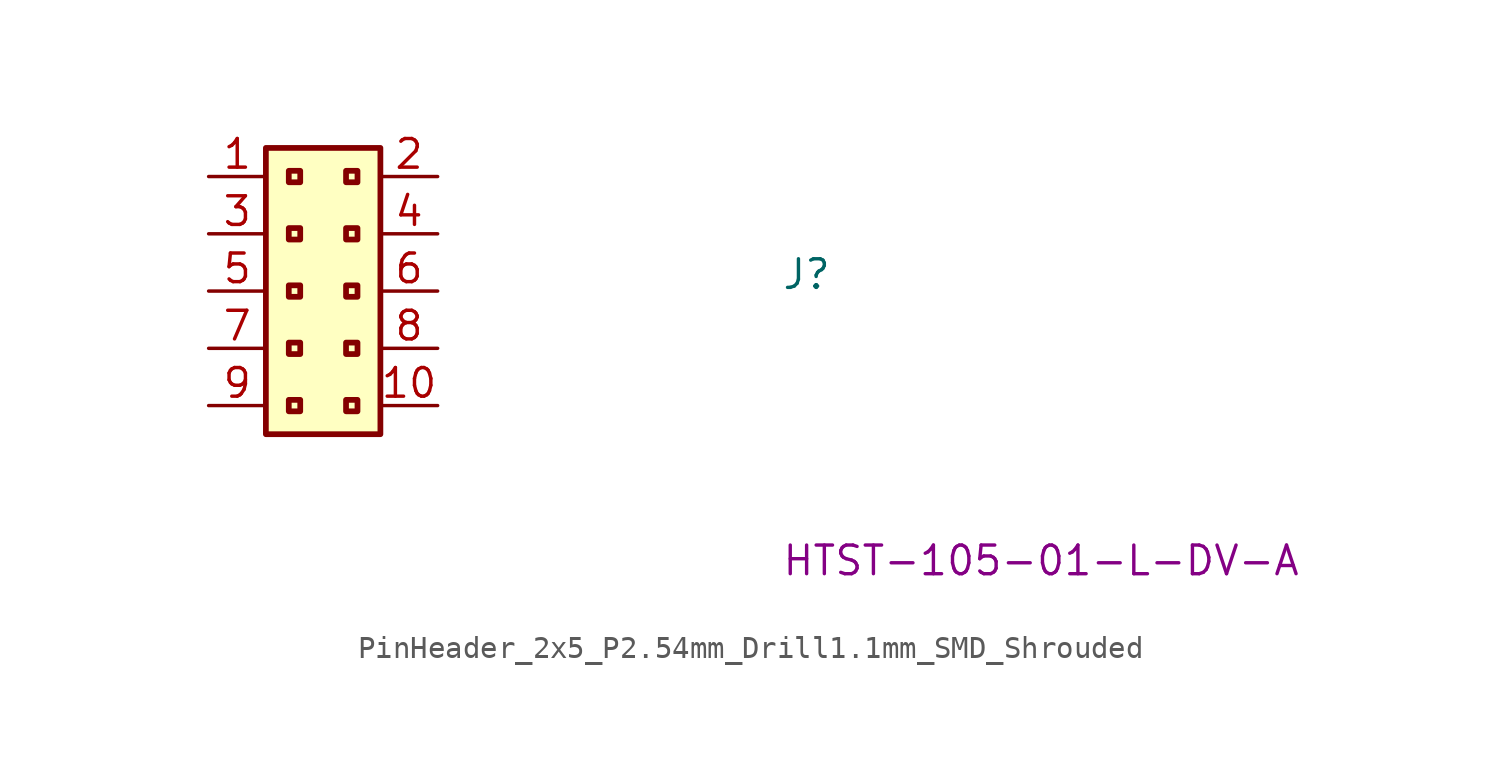
<source format=kicad_sym>
(kicad_symbol_lib
  (version 20211014)
  (generator kicad_symbol_editor)
  (symbol "PinHeader_2x5_P2.54mm_Drill1.1mm_SMD_Shrouded"
    (property "Reference" "J"
      (at 25.4 -5.08 0)
      (effects (font (size 1.27 1.27) (thickness 0.15)) (justify left bottom)))
    (property "MPN" "HTST-105-01-L-DV-A"
      (at 25.4 -17.78 0)
      (effects (font (size 1.27 1.27) (thickness 0.15)) (justify left bottom)))
    (symbol "PinHeader_2x5_P2.54mm_Drill1.1mm_SMD_Shrouded_1_1"
      (rectangle (start 2.54 1.27) (end 7.62 -11.43) (stroke (width 0.254) (type default) (color 0 0 0 0)) (fill (type background)))
      (rectangle (start 3.556 -9.906) (end 4.064 -10.414) (stroke (width 0.254) (type default) (color 0 0 0 0)) (fill (type background)))
      (rectangle (start 3.556 -7.366) (end 4.064 -7.874) (stroke (width 0.254) (type default) (color 0 0 0 0)) (fill (type background)))
      (rectangle (start 3.556 -4.826) (end 4.064 -5.334) (stroke (width 0.254) (type default) (color 0 0 0 0)) (fill (type background)))
      (rectangle (start 3.556 -2.286) (end 4.064 -2.794) (stroke (width 0.254) (type default) (color 0 0 0 0)) (fill (type background)))
      (rectangle (start 3.556 0.254) (end 4.064 -0.254) (stroke (width 0.254) (type default) (color 0 0 0 0)) (fill (type background)))
      (rectangle (start 6.096 -9.906) (end 6.604 -10.414) (stroke (width 0.254) (type default) (color 0 0 0 0)) (fill (type background)))
      (rectangle (start 6.096 -7.366) (end 6.604 -7.874) (stroke (width 0.254) (type default) (color 0 0 0 0)) (fill (type background)))
      (rectangle (start 6.096 -4.826) (end 6.604 -5.334) (stroke (width 0.254) (type default) (color 0 0 0 0)) (fill (type background)))
      (rectangle (start 6.096 -2.286) (end 6.604 -2.794) (stroke (width 0.254) (type default) (color 0 0 0 0)) (fill (type background)))
      (rectangle (start 6.096 0.254) (end 6.604 -0.254) (stroke (width 0.254) (type default) (color 0 0 0 0)) (fill (type background)))
      (pin passive line (at 0 0 0) (length 2.54) (name "~" (effects (font (size 1.27 1.27)))) (number "1" (effects (font (size 1.27 1.27)))))
      (pin passive line (at 10.16 -10.16 180) (length 2.54) (name "~" (effects (font (size 1.27 1.27)))) (number "10" (effects (font (size 1.27 1.27)))))
      (pin passive line (at 10.16 0 180) (length 2.54) (name "~" (effects (font (size 1.27 1.27)))) (number "2" (effects (font (size 1.27 1.27)))))
      (pin passive line (at 0 -2.54 0) (length 2.54) (name "~" (effects (font (size 1.27 1.27)))) (number "3" (effects (font (size 1.27 1.27)))))
      (pin passive line (at 10.16 -2.54 180) (length 2.54) (name "~" (effects (font (size 1.27 1.27)))) (number "4" (effects (font (size 1.27 1.27)))))
      (pin passive line (at 0 -5.08 0) (length 2.54) (name "~" (effects (font (size 1.27 1.27)))) (number "5" (effects (font (size 1.27 1.27)))))
      (pin passive line (at 10.16 -5.08 180) (length 2.54) (name "~" (effects (font (size 1.27 1.27)))) (number "6" (effects (font (size 1.27 1.27)))))
      (pin passive line (at 0 -7.62 0) (length 2.54) (name "~" (effects (font (size 1.27 1.27)))) (number "7" (effects (font (size 1.27 1.27)))))
      (pin passive line (at 10.16 -7.62 180) (length 2.54) (name "~" (effects (font (size 1.27 1.27)))) (number "8" (effects (font (size 1.27 1.27)))))
      (pin passive line (at 0 -10.16 0) (length 2.54) (name "~" (effects (font (size 1.27 1.27)))) (number "9" (effects (font (size 1.27 1.27))))))))
</source>
